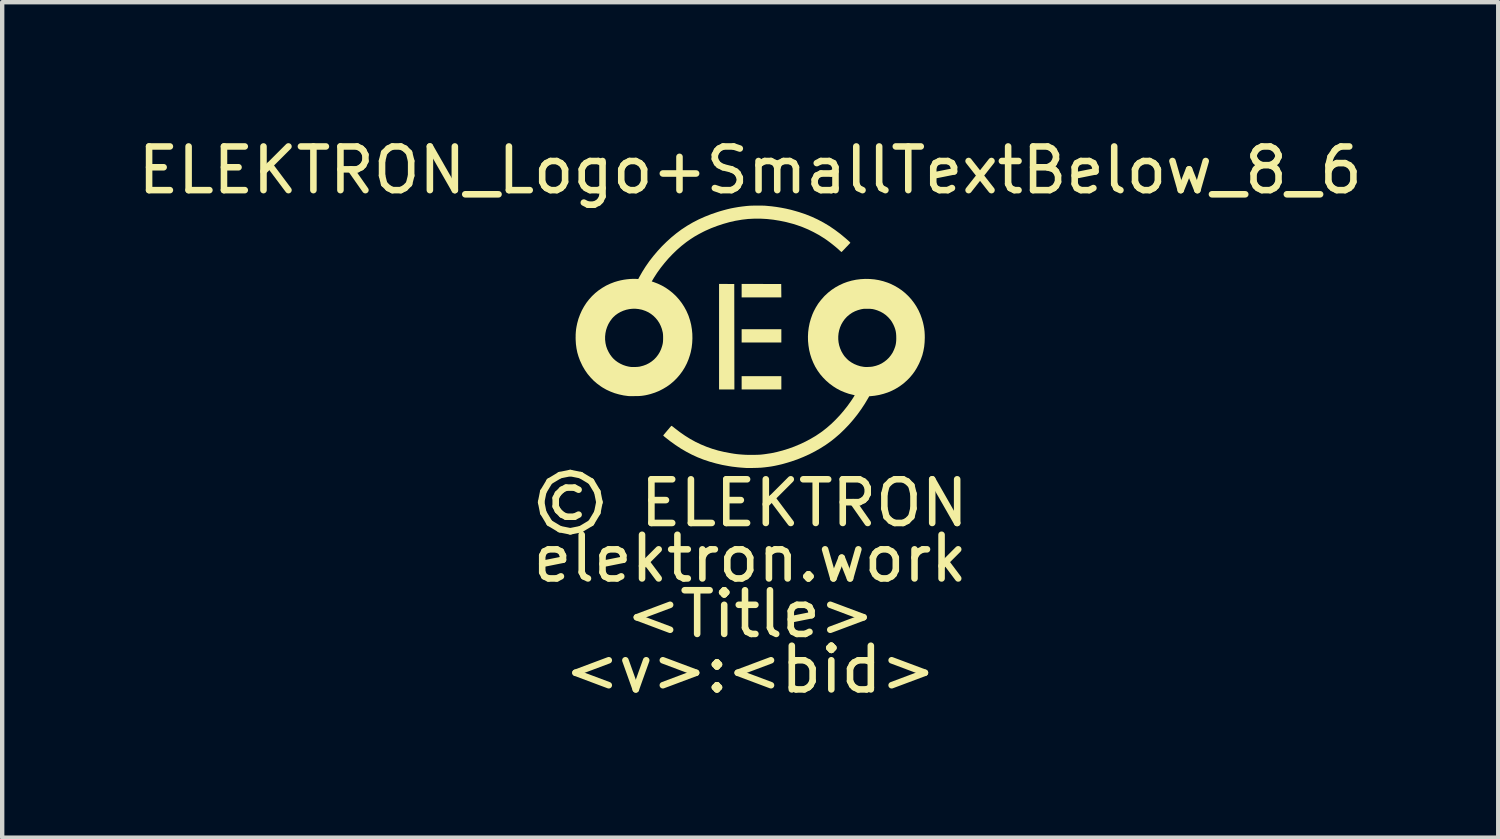
<source format=kicad_pcb>
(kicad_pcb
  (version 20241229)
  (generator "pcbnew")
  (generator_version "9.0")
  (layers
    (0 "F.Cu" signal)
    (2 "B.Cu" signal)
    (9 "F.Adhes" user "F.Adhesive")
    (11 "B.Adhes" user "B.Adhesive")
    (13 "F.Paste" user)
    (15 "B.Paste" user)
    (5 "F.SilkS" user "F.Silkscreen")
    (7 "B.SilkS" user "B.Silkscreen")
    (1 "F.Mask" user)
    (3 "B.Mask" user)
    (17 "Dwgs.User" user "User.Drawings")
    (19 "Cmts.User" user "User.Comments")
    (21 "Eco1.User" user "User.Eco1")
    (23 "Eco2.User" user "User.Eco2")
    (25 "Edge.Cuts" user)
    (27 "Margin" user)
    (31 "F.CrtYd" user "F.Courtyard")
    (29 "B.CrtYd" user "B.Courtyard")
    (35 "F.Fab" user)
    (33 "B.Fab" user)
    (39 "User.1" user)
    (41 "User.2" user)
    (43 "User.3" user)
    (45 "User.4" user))
  (footprint "ELEKTRON_Logo+SmallTextBelow_8_6"
    (layer "F.Cu")
    (at 14.125 7.833)
    (property "Reference" "ELEKTRON_Logo+SmallTextBelow_8_6" (at 0 -6.985 0) (unlocked yes) (layer "F.SilkS") (effects (font (size 1 1) (thickness 0.15))))
    (fp_poly (pts (xy 0.71 -4.381) (xy 0.713 -4.075) (xy -0.196 -4.075) (xy -0.196 -4.383)) (stroke (width 0) (type solid)) (fill yes) (layer "F.SilkS"))
    (fp_poly (pts (xy 0.713 -3.042) (xy -0.196 -3.042) (xy -0.196 -3.346) (xy 0.713 -3.346)) (stroke (width 0) (type solid)) (fill yes) (layer "F.SilkS"))
    (fp_poly (pts (xy 0.713 -1.967) (xy -0.196 -1.967) (xy -0.196 -2.271) (xy 0.713 -2.271)) (stroke (width 0) (type solid)) (fill yes) (layer "F.SilkS"))
    (fp_poly (pts (xy -0.539 -4.382) (xy -0.365 -4.381) (xy -0.362 -1.967) (xy -0.713 -1.967) (xy -0.713 -4.383)) (stroke (width 0) (type solid)) (fill yes) (layer "F.SilkS"))
    (fp_poly (pts (xy 0.221 -6.176) (xy 0.262 -6.176) (xy 0.3 -6.175) (xy 0.332 -6.174) (xy 0.359 -6.172) (xy 0.369 -6.171) (xy 0.489 -6.16) (xy 0.603 -6.145) (xy 0.713 -6.127) (xy 0.821 -6.106) (xy 0.929 -6.081) (xy 1.038 -6.051) (xy 1.123 -6.026) (xy 1.266 -5.978) (xy 1.406 -5.922) (xy 1.543 -5.859) (xy 1.677 -5.788) (xy 1.808 -5.71) (xy 1.936 -5.623) (xy 2.062 -5.529) (xy 2.186 -5.426) (xy 2.241 -5.378) (xy 2.261 -5.36) (xy 2.275 -5.346) (xy 2.284 -5.336) (xy 2.29 -5.33) (xy 2.292 -5.325) (xy 2.291 -5.322) (xy 2.291 -5.321) (xy 2.285 -5.315) (xy 2.275 -5.304) (xy 2.261 -5.29) (xy 2.245 -5.272) (xy 2.226 -5.252) (xy 2.205 -5.231) (xy 2.184 -5.209) (xy 2.164 -5.187) (xy 2.144 -5.167) (xy 2.127 -5.149) (xy 2.112 -5.133) (xy 2.1 -5.122) (xy 2.093 -5.115) (xy 2.091 -5.113) (xy 2.087 -5.115) (xy 2.078 -5.122) (xy 2.066 -5.132) (xy 2.057 -5.14) (xy 2.005 -5.188) (xy 1.946 -5.238) (xy 1.884 -5.288) (xy 1.821 -5.337) (xy 1.757 -5.384) (xy 1.695 -5.427) (xy 1.683 -5.434) (xy 1.569 -5.505) (xy 1.449 -5.57) (xy 1.326 -5.63) (xy 1.2 -5.683) (xy 1.074 -5.728) (xy 0.979 -5.758) (xy 0.827 -5.798) (xy 0.678 -5.829) (xy 0.53 -5.853) (xy 0.384 -5.869) (xy 0.239 -5.877) (xy 0.096 -5.877) (xy -0.046 -5.87) (xy -0.186 -5.854) (xy -0.327 -5.83) (xy -0.335 -5.829) (xy -0.476 -5.797) (xy -0.617 -5.757) (xy -0.756 -5.711) (xy -0.893 -5.659) (xy -1.024 -5.601) (xy -1.073 -5.577) (xy -1.176 -5.523) (xy -1.273 -5.468) (xy -1.366 -5.408) (xy -1.457 -5.344) (xy -1.469 -5.335) (xy -1.573 -5.253) (xy -1.675 -5.164) (xy -1.775 -5.068) (xy -1.871 -4.967) (xy -1.962 -4.861) (xy -2.048 -4.753) (xy -2.128 -4.642) (xy -2.2 -4.531) (xy -2.209 -4.516) (xy -2.254 -4.44) (xy -2.209 -4.425) (xy -2.113 -4.388) (xy -2.02 -4.344) (xy -1.932 -4.293) (xy -1.849 -4.235) (xy -1.77 -4.171) (xy -1.697 -4.102) (xy -1.629 -4.026) (xy -1.567 -3.945) (xy -1.512 -3.86) (xy -1.462 -3.769) (xy -1.42 -3.674) (xy -1.409 -3.646) (xy -1.377 -3.548) (xy -1.352 -3.448) (xy -1.335 -3.345) (xy -1.325 -3.241) (xy -1.323 -3.136) (xy -1.328 -3.031) (xy -1.34 -2.927) (xy -1.36 -2.825) (xy -1.378 -2.759) (xy -1.411 -2.659) (xy -1.451 -2.563) (xy -1.498 -2.472) (xy -1.552 -2.385) (xy -1.612 -2.304) (xy -1.678 -2.227) (xy -1.749 -2.156) (xy -1.826 -2.091) (xy -1.908 -2.032) (xy -1.995 -1.98) (xy -2.086 -1.933) (xy -2.182 -1.894) (xy -2.281 -1.862) (xy -2.352 -1.844) (xy -2.389 -1.836) (xy -2.423 -1.83) (xy -2.455 -1.825) (xy -2.487 -1.821) (xy -2.521 -1.818) (xy -2.558 -1.816) (xy -2.601 -1.815) (xy -2.642 -1.815) (xy -2.674 -1.814) (xy -2.705 -1.814) (xy -2.732 -1.814) (xy -2.755 -1.814) (xy -2.773 -1.815) (xy -2.784 -1.815) (xy -2.785 -1.815) (xy -2.896 -1.83) (xy -3.002 -1.853) (xy -3.104 -1.882) (xy -3.201 -1.919) (xy -3.294 -1.962) (xy -3.383 -2.013) (xy -3.425 -2.041) (xy -3.509 -2.103) (xy -3.587 -2.171) (xy -3.658 -2.245) (xy -3.724 -2.324) (xy -3.783 -2.409) (xy -3.836 -2.499) (xy -3.856 -2.54) (xy -3.898 -2.631) (xy -3.931 -2.721) (xy -3.958 -2.813) (xy -3.977 -2.907) (xy -3.99 -3.004) (xy -3.996 -3.105) (xy -3.997 -3.154) (xy -3.996 -3.181) (xy -3.322 -3.181) (xy -3.322 -3.106) (xy -3.313 -3.03) (xy -3.31 -3.014) (xy -3.295 -2.95) (xy -3.272 -2.886) (xy -3.242 -2.824) (xy -3.207 -2.765) (xy -3.167 -2.711) (xy -3.134 -2.674) (xy -3.086 -2.63) (xy -3.031 -2.59) (xy -2.972 -2.556) (xy -2.91 -2.527) (xy -2.845 -2.505) (xy -2.792 -2.492) (xy -2.77 -2.488) (xy -2.752 -2.485) (xy -2.736 -2.483) (xy -2.72 -2.481) (xy -2.703 -2.481) (xy -2.682 -2.481) (xy -2.655 -2.481) (xy -2.64 -2.481) (xy -2.604 -2.482) (xy -2.575 -2.484) (xy -2.551 -2.487) (xy -2.528 -2.49) (xy -2.521 -2.492) (xy -2.448 -2.511) (xy -2.38 -2.536) (xy -2.315 -2.569) (xy -2.256 -2.608) (xy -2.201 -2.653) (xy -2.152 -2.704) (xy -2.109 -2.76) (xy -2.071 -2.822) (xy -2.041 -2.887) (xy -2.021 -2.946) (xy -2.012 -2.977) (xy -2.005 -3.005) (xy -2 -3.031) (xy -1.997 -3.058) (xy -1.995 -3.088) (xy -1.994 -3.123) (xy -1.994 -3.146) (xy -1.994 -3.178) (xy -1.995 -3.203) (xy -1.996 -3.224) (xy -1.998 -3.242) (xy -2 -3.259) (xy -2.003 -3.277) (xy -2.004 -3.279) (xy -2.022 -3.352) (xy -2.048 -3.421) (xy -2.08 -3.486) (xy -2.119 -3.546) (xy -2.164 -3.601) (xy -2.214 -3.651) (xy -2.27 -3.695) (xy -2.33 -3.733) (xy -2.396 -3.764) (xy -2.465 -3.788) (xy -2.487 -3.794) (xy -2.558 -3.808) (xy -2.629 -3.815) (xy -2.7 -3.814) (xy -2.77 -3.806) (xy -2.839 -3.791) (xy -2.906 -3.769) (xy -2.969 -3.741) (xy -3.029 -3.707) (xy -3.085 -3.667) (xy -3.135 -3.621) (xy -3.164 -3.589) (xy -3.208 -3.529) (xy -3.246 -3.465) (xy -3.276 -3.397) (xy -3.299 -3.327) (xy -3.314 -3.255) (xy -3.322 -3.181) (xy -3.996 -3.181) (xy -3.996 -3.223) (xy -3.992 -3.286) (xy -3.986 -3.346) (xy -3.976 -3.406) (xy -3.963 -3.469) (xy -3.96 -3.483) (xy -3.932 -3.585) (xy -3.896 -3.682) (xy -3.854 -3.776) (xy -3.805 -3.865) (xy -3.75 -3.95) (xy -3.688 -4.03) (xy -3.621 -4.104) (xy -3.548 -4.173) (xy -3.47 -4.236) (xy -3.386 -4.293) (xy -3.299 -4.344) (xy -3.206 -4.388) (xy -3.11 -4.425) (xy -3.033 -4.448) (xy -2.965 -4.465) (xy -2.894 -4.479) (xy -2.822 -4.489) (xy -2.751 -4.496) (xy -2.683 -4.499) (xy -2.62 -4.498) (xy -2.618 -4.498) (xy -2.563 -4.495) (xy -2.539 -4.54) (xy -2.469 -4.663) (xy -2.392 -4.785) (xy -2.308 -4.905) (xy -2.217 -5.022) (xy -2.121 -5.135) (xy -2.02 -5.245) (xy -1.914 -5.349) (xy -1.805 -5.448) (xy -1.693 -5.54) (xy -1.579 -5.625) (xy -1.569 -5.632) (xy -1.444 -5.714) (xy -1.314 -5.79) (xy -1.178 -5.86) (xy -1.037 -5.923) (xy -0.89 -5.981) (xy -0.739 -6.032) (xy -0.701 -6.044) (xy -0.61 -6.07) (xy -0.524 -6.093) (xy -0.439 -6.113) (xy -0.355 -6.129) (xy -0.268 -6.144) (xy -0.179 -6.156) (xy -0.083 -6.167) (xy -0.033 -6.171) (xy -0.01 -6.173) (xy 0.019 -6.174) (xy 0.055 -6.175) (xy 0.094 -6.176) (xy 0.136 -6.176) (xy 0.179 -6.176)) (stroke (width 0) (type solid)) (fill yes) (layer "F.SilkS"))
    (fp_poly (pts (xy 2.738 -4.496) (xy 2.842 -4.487) (xy 2.945 -4.47) (xy 3.046 -4.445) (xy 3.144 -4.413) (xy 3.2 -4.391) (xy 3.294 -4.346) (xy 3.383 -4.295) (xy 3.468 -4.238) (xy 3.547 -4.174) (xy 3.62 -4.105) (xy 3.688 -4.03) (xy 3.75 -3.949) (xy 3.806 -3.864) (xy 3.855 -3.775) (xy 3.897 -3.681) (xy 3.932 -3.583) (xy 3.956 -3.5) (xy 3.972 -3.428) (xy 3.984 -3.359) (xy 3.992 -3.289) (xy 3.996 -3.216) (xy 3.997 -3.15) (xy 3.993 -3.045) (xy 3.983 -2.944) (xy 3.965 -2.846) (xy 3.941 -2.751) (xy 3.908 -2.658) (xy 3.868 -2.564) (xy 3.856 -2.54) (xy 3.812 -2.457) (xy 3.765 -2.381) (xy 3.712 -2.309) (xy 3.654 -2.24) (xy 3.588 -2.173) (xy 3.58 -2.166) (xy 3.504 -2.099) (xy 3.422 -2.039) (xy 3.336 -1.986) (xy 3.246 -1.939) (xy 3.152 -1.899) (xy 3.054 -1.867) (xy 2.953 -1.841) (xy 2.849 -1.823) (xy 2.763 -1.814) (xy 2.725 -1.811) (xy 2.701 -1.769) (xy 2.625 -1.641) (xy 2.542 -1.515) (xy 2.453 -1.392) (xy 2.358 -1.273) (xy 2.259 -1.159) (xy 2.154 -1.05) (xy 2.047 -0.947) (xy 1.935 -0.851) (xy 1.844 -0.779) (xy 1.73 -0.698) (xy 1.61 -0.622) (xy 1.484 -0.55) (xy 1.354 -0.483) (xy 1.218 -0.422) (xy 1.08 -0.366) (xy 0.938 -0.317) (xy 0.794 -0.274) (xy 0.721 -0.254) (xy 0.639 -0.235) (xy 0.561 -0.218) (xy 0.484 -0.204) (xy 0.405 -0.193) (xy 0.322 -0.183) (xy 0.26 -0.177) (xy 0.236 -0.175) (xy 0.204 -0.174) (xy 0.168 -0.172) (xy 0.128 -0.171) (xy 0.087 -0.17) (xy 0.046 -0.169) (xy 0.006 -0.168) (xy -0.031 -0.168) (xy -0.062 -0.169) (xy -0.087 -0.169) (xy -0.087 -0.169) (xy -0.147 -0.173) (xy -0.213 -0.178) (xy -0.281 -0.184) (xy -0.35 -0.192) (xy -0.417 -0.2) (xy -0.479 -0.21) (xy -0.485 -0.211) (xy -0.639 -0.239) (xy -0.787 -0.274) (xy -0.929 -0.314) (xy -1.067 -0.36) (xy -1.202 -0.413) (xy -1.333 -0.473) (xy -1.461 -0.54) (xy -1.588 -0.614) (xy -1.712 -0.696) (xy -1.836 -0.785) (xy -1.939 -0.866) (xy -1.956 -0.88) (xy -1.972 -0.893) (xy -1.983 -0.904) (xy -1.99 -0.911) (xy -1.992 -0.913) (xy -1.989 -0.917) (xy -1.982 -0.926) (xy -1.971 -0.94) (xy -1.956 -0.957) (xy -1.94 -0.977) (xy -1.921 -0.999) (xy -1.902 -1.022) (xy -1.882 -1.045) (xy -1.863 -1.067) (xy -1.846 -1.088) (xy -1.831 -1.105) (xy -1.818 -1.12) (xy -1.809 -1.13) (xy -1.808 -1.131) (xy -1.806 -1.133) (xy -1.802 -1.134) (xy -1.798 -1.133) (xy -1.792 -1.129) (xy -1.782 -1.123) (xy -1.768 -1.112) (xy -1.75 -1.098) (xy -1.729 -1.081) (xy -1.61 -0.99) (xy -1.492 -0.908) (xy -1.372 -0.833) (xy -1.25 -0.766) (xy -1.126 -0.707) (xy -0.998 -0.654) (xy -0.868 -0.608) (xy -0.732 -0.568) (xy -0.592 -0.535) (xy -0.447 -0.508) (xy -0.441 -0.507) (xy -0.369 -0.495) (xy -0.301 -0.486) (xy -0.237 -0.48) (xy -0.173 -0.475) (xy -0.107 -0.471) (xy -0.038 -0.469) (xy 0.029 -0.469) (xy 0.079 -0.469) (xy 0.122 -0.47) (xy 0.16 -0.471) (xy 0.195 -0.472) (xy 0.228 -0.474) (xy 0.262 -0.477) (xy 0.298 -0.481) (xy 0.337 -0.486) (xy 0.352 -0.488) (xy 0.483 -0.508) (xy 0.614 -0.536) (xy 0.747 -0.571) (xy 0.879 -0.612) (xy 1.009 -0.659) (xy 1.138 -0.713) (xy 1.263 -0.772) (xy 1.383 -0.836) (xy 1.499 -0.904) (xy 1.609 -0.978) (xy 1.65 -1.007) (xy 1.753 -1.088) (xy 1.854 -1.176) (xy 1.953 -1.272) (xy 2.049 -1.373) (xy 2.14 -1.479) (xy 2.228 -1.59) (xy 2.31 -1.705) (xy 2.328 -1.731) (xy 2.348 -1.762) (xy 2.364 -1.787) (xy 2.377 -1.808) (xy 2.386 -1.823) (xy 2.391 -1.832) (xy 2.391 -1.835) (xy 2.387 -1.836) (xy 2.376 -1.839) (xy 2.361 -1.842) (xy 2.354 -1.844) (xy 2.257 -1.868) (xy 2.163 -1.901) (xy 2.07 -1.94) (xy 1.981 -1.987) (xy 1.896 -2.041) (xy 1.815 -2.101) (xy 1.739 -2.167) (xy 1.668 -2.239) (xy 1.602 -2.316) (xy 1.544 -2.397) (xy 1.542 -2.4) (xy 1.489 -2.487) (xy 1.444 -2.579) (xy 1.405 -2.674) (xy 1.374 -2.771) (xy 1.35 -2.871) (xy 1.334 -2.973) (xy 1.324 -3.075) (xy 1.323 -3.115) (xy 2.016 -3.115) (xy 2.023 -3.045) (xy 2.037 -2.976) (xy 2.059 -2.908) (xy 2.087 -2.842) (xy 2.123 -2.779) (xy 2.154 -2.733) (xy 2.171 -2.713) (xy 2.193 -2.689) (xy 2.216 -2.665) (xy 2.239 -2.643) (xy 2.259 -2.626) (xy 2.26 -2.625) (xy 2.319 -2.584) (xy 2.382 -2.549) (xy 2.449 -2.521) (xy 2.519 -2.499) (xy 2.59 -2.486) (xy 2.612 -2.483) (xy 2.643 -2.481) (xy 2.68 -2.481) (xy 2.719 -2.483) (xy 2.757 -2.485) (xy 2.793 -2.489) (xy 2.81 -2.492) (xy 2.88 -2.509) (xy 2.948 -2.533) (xy 3.012 -2.564) (xy 3.071 -2.602) (xy 3.127 -2.646) (xy 3.177 -2.695) (xy 3.221 -2.75) (xy 3.26 -2.809) (xy 3.291 -2.873) (xy 3.31 -2.922) (xy 3.322 -2.958) (xy 3.33 -2.99) (xy 3.336 -3.022) (xy 3.34 -3.054) (xy 3.343 -3.09) (xy 3.344 -3.132) (xy 3.344 -3.135) (xy 3.343 -3.197) (xy 3.339 -3.252) (xy 3.331 -3.303) (xy 3.318 -3.352) (xy 3.301 -3.4) (xy 3.279 -3.45) (xy 3.272 -3.463) (xy 3.244 -3.514) (xy 3.212 -3.56) (xy 3.174 -3.604) (xy 3.154 -3.625) (xy 3.102 -3.672) (xy 3.046 -3.712) (xy 2.985 -3.746) (xy 2.919 -3.774) (xy 2.893 -3.783) (xy 2.858 -3.794) (xy 2.827 -3.802) (xy 2.797 -3.808) (xy 2.766 -3.811) (xy 2.732 -3.814) (xy 2.693 -3.814) (xy 2.677 -3.814) (xy 2.647 -3.814) (xy 2.623 -3.814) (xy 2.603 -3.813) (xy 2.586 -3.811) (xy 2.569 -3.808) (xy 2.551 -3.805) (xy 2.54 -3.803) (xy 2.467 -3.783) (xy 2.399 -3.757) (xy 2.335 -3.724) (xy 2.275 -3.683) (xy 2.219 -3.636) (xy 2.21 -3.627) (xy 2.162 -3.574) (xy 2.121 -3.516) (xy 2.086 -3.455) (xy 2.058 -3.39) (xy 2.037 -3.323) (xy 2.023 -3.255) (xy 2.016 -3.185) (xy 2.016 -3.115) (xy 1.323 -3.115) (xy 1.322 -3.178) (xy 1.327 -3.281) (xy 1.34 -3.383) (xy 1.36 -3.485) (xy 1.388 -3.584) (xy 1.423 -3.682) (xy 1.454 -3.753) (xy 1.502 -3.844) (xy 1.556 -3.931) (xy 1.618 -4.012) (xy 1.686 -4.09) (xy 1.708 -4.113) (xy 1.785 -4.184) (xy 1.866 -4.248) (xy 1.952 -4.305) (xy 2.043 -4.355) (xy 2.137 -4.398) (xy 2.221 -4.429) (xy 2.322 -4.458) (xy 2.424 -4.479) (xy 2.528 -4.492) (xy 2.633 -4.498)) (stroke (width 0) (type solid)) (fill yes) (layer "F.SilkS"))
    (fp_text user "<Title>" (at 0 3.175 0) (unlocked yes) (layer "F.SilkS") (effects (font (size 1 1) (thickness 0.15))))
    (fp_text user "<v>:<bid>" (at 0 4.445 0) (unlocked yes) (layer "F.SilkS") (effects (font (size 1 1) (thickness 0.15))))
    (fp_text user "© ELEKTRON" (at 0 0.635 0) (unlocked yes) (layer "F.SilkS") (effects (font (size 1 1) (thickness 0.15))))
    (fp_text user "elektron.work" (at 0 1.905 0) (unlocked yes) (layer "F.SilkS") (effects (font (size 1 1) (thickness 0.15)))))
  (gr_rect
    (start -3 -3)
    (end 31.25 16.127)
    (stroke (width 0.1) (type default))
    (fill no)
    (layer "Edge.Cuts")))
</source>
